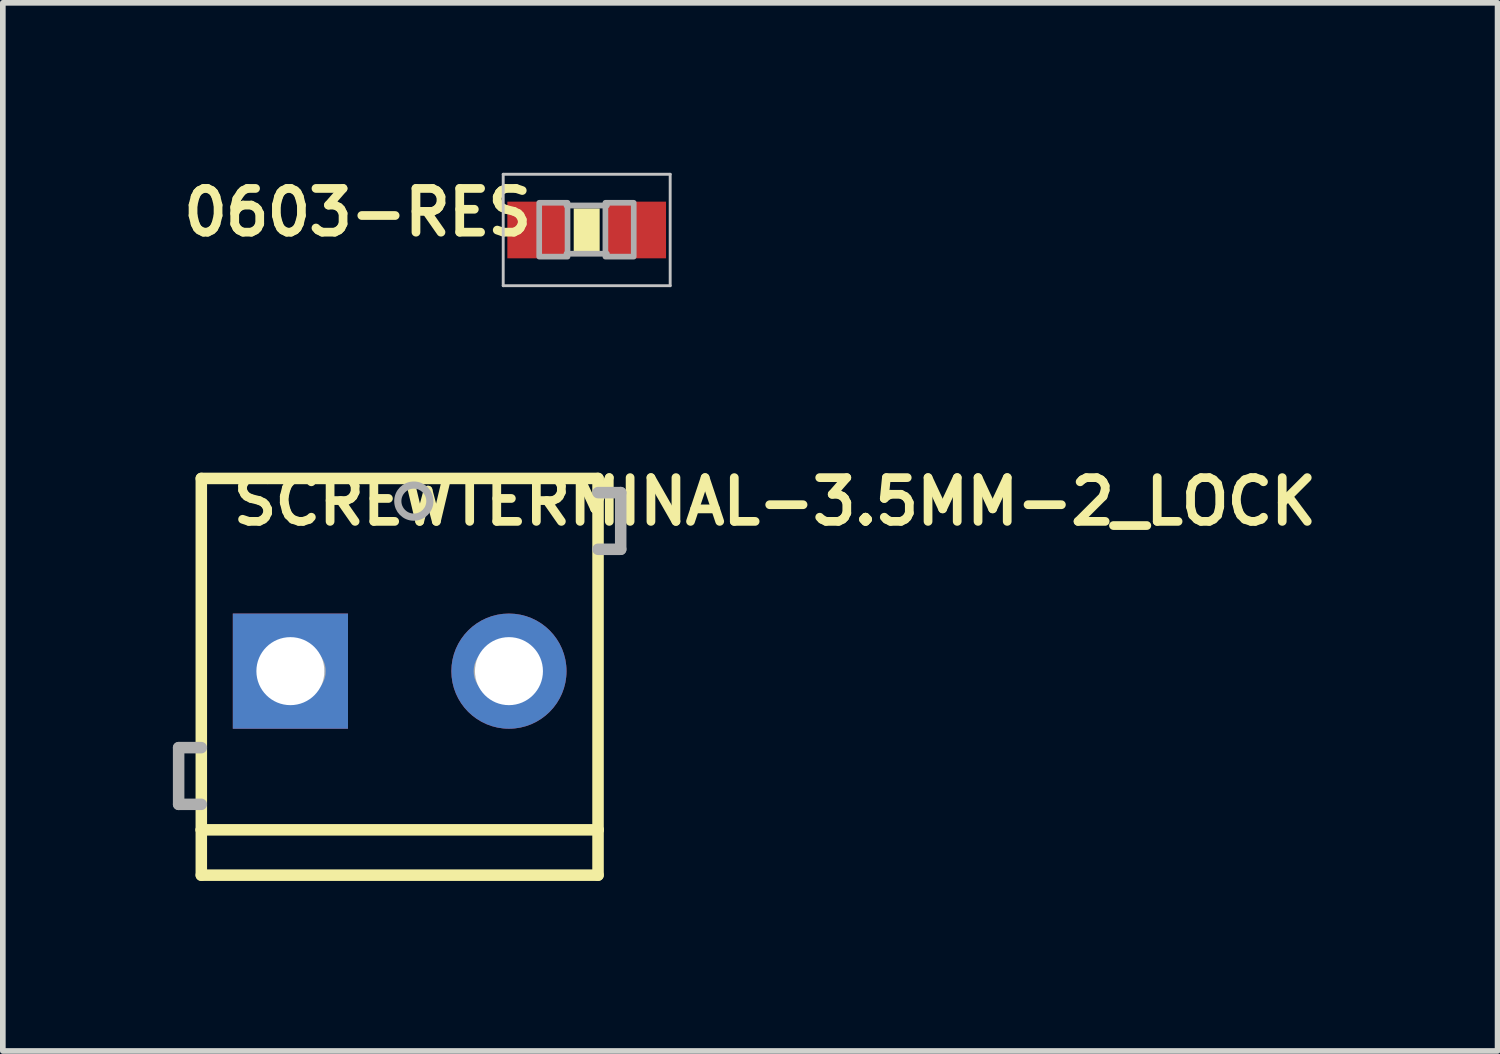
<source format=kicad_pcb>
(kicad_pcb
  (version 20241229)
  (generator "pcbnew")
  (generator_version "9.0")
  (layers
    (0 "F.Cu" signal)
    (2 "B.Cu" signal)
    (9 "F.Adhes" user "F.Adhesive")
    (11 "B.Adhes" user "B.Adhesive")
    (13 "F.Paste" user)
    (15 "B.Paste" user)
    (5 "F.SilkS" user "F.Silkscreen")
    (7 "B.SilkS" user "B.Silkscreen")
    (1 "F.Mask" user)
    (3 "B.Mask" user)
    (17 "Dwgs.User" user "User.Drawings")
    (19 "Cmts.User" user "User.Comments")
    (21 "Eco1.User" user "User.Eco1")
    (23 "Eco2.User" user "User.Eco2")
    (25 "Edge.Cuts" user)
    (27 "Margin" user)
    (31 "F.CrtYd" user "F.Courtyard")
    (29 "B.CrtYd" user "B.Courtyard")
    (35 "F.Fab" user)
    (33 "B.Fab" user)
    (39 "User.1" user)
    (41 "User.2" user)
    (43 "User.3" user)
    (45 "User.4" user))
  (footprint "SCREWTERMINAL-3.5MM-2_LOCK"
    (layer "F.Cu")
    (at 2.252 8.792)
    (property "Reference" "SCREWTERMINAL-3.5MM-2_LOCK" (at -1.27 -2.54 0) (layer "F.SilkS") (effects (font (size 0.772 0.772) (thickness 0.154)) (justify left bottom)))
    (attr through_hole)
    (fp_line (start -1.75 -3.4) (end 5.25 -3.4) (stroke (width 0.203) (type solid)) (layer "F.SilkS"))
    (fp_line (start -1.75 2.8) (end -1.75 -3.4) (stroke (width 0.203) (type solid)) (layer "F.SilkS"))
    (fp_line (start -1.75 3.6) (end -1.75 2.8) (stroke (width 0.203) (type solid)) (layer "F.SilkS"))
    (fp_line (start 5.25 -3.4) (end 5.25 2.8) (stroke (width 0.203) (type solid)) (layer "F.SilkS"))
    (fp_line (start 5.25 2.8) (end -1.75 2.8) (stroke (width 0.203) (type solid)) (layer "F.SilkS"))
    (fp_line (start 5.25 2.8) (end 5.25 3.6) (stroke (width 0.203) (type solid)) (layer "F.SilkS"))
    (fp_line (start 5.25 3.6) (end -1.75 3.6) (stroke (width 0.203) (type solid)) (layer "F.SilkS"))
    (fp_line (start -2.15 1.35) (end -2.15 2.35) (stroke (width 0.203) (type solid)) (layer "F.Fab"))
    (fp_line (start -2.15 2.35) (end -1.75 2.35) (stroke (width 0.203) (type solid)) (layer "F.Fab"))
    (fp_line (start -1.75 1.35) (end -2.15 1.35) (stroke (width 0.203) (type solid)) (layer "F.Fab"))
    (fp_line (start 5.25 -3.15) (end 5.65 -3.15) (stroke (width 0.203) (type solid)) (layer "F.Fab"))
    (fp_line (start 5.65 -3.15) (end 5.65 -2.15) (stroke (width 0.203) (type solid)) (layer "F.Fab"))
    (fp_line (start 5.65 -2.15) (end 5.25 -2.15) (stroke (width 0.203) (type solid)) (layer "F.Fab"))
    (fp_circle (center 0 0) (end 0.432 0) (stroke (width 0.025) (type solid)) (fill no) (layer "F.Fab"))
    (fp_circle (center 2 -3) (end 2.283 -3) (stroke (width 0.127) (type solid)) (fill no) (layer "F.Fab"))
    (fp_circle (center 3.5 0) (end 3.932 0) (stroke (width 0.025) (type solid)) (fill no) (layer "F.Fab"))
    (pad "1" thru_hole rect (at -0.178 0) (size 2.032 2.032) (drill 1.2) (layers "*.Cu" "*.Mask"))
    (pad "2" thru_hole circle (at 3.678 0) (size 2.032 2.032) (drill 1.2) (layers "*.Cu" "*.Mask")))
  (footprint "0603-RES"
    (layer "F.Cu")
    (at 7.302 1.008)
    (property "Reference" "0603-RES" (at -0.889 -0.762 180) (layer "F.SilkS") (effects (font (size 0.772 0.772) (thickness 0.154)) (justify right top)))
    (attr through_hole)
    (fp_poly (pts (xy -0.229 0.381) (xy 0.229 0.381) (xy 0.229 -0.381) (xy -0.229 -0.381)) (stroke (width 0) (type solid)) (fill yes) (layer "F.SilkS"))
    (fp_poly (pts (xy -0.2 0.3) (xy 0.2 0.3) (xy 0.2 -0.3) (xy -0.2 -0.3)) (stroke (width 0) (type solid)) (fill yes) (layer "F.Adhes"))
    (fp_line (start -1.473 -0.983) (end 1.473 -0.983) (stroke (width 0.051) (type solid)) (layer "Dwgs.User"))
    (fp_line (start -1.473 0.983) (end -1.473 -0.983) (stroke (width 0.051) (type solid)) (layer "Dwgs.User"))
    (fp_line (start 1.473 -0.983) (end 1.473 0.983) (stroke (width 0.051) (type solid)) (layer "Dwgs.User"))
    (fp_line (start 1.473 0.983) (end -1.473 0.983) (stroke (width 0.051) (type solid)) (layer "Dwgs.User"))
    (fp_line (start -0.356 -0.432) (end 0.356 -0.432) (stroke (width 0.102) (type solid)) (layer "F.Fab"))
    (fp_line (start -0.356 0.419) (end 0.356 0.419) (stroke (width 0.102) (type solid)) (layer "F.Fab"))
    (fp_poly (pts (xy -0.838 0.47) (xy -0.338 0.47) (xy -0.338 -0.48) (xy -0.838 -0.48)) (stroke (width 0.1) (type solid)) (fill no) (layer "F.Fab"))
    (fp_poly (pts (xy 0.33 0.47) (xy 0.83 0.47) (xy 0.83 -0.48) (xy 0.33 -0.48)) (stroke (width 0.1) (type solid)) (fill no) (layer "F.Fab"))
    (pad "1" smd rect (at -0.85 0) (size 1.1 1) (layers "F.Cu" "F.Mask" "F.Paste"))
    (pad "2" smd rect (at 0.85 0) (size 1.1 1) (layers "F.Cu" "F.Mask" "F.Paste")))
  (gr_rect
    (start -3 -3)
    (end 23.374 15.494)
    (stroke (width 0.1) (type default))
    (fill no)
    (layer "Edge.Cuts")))
</source>
